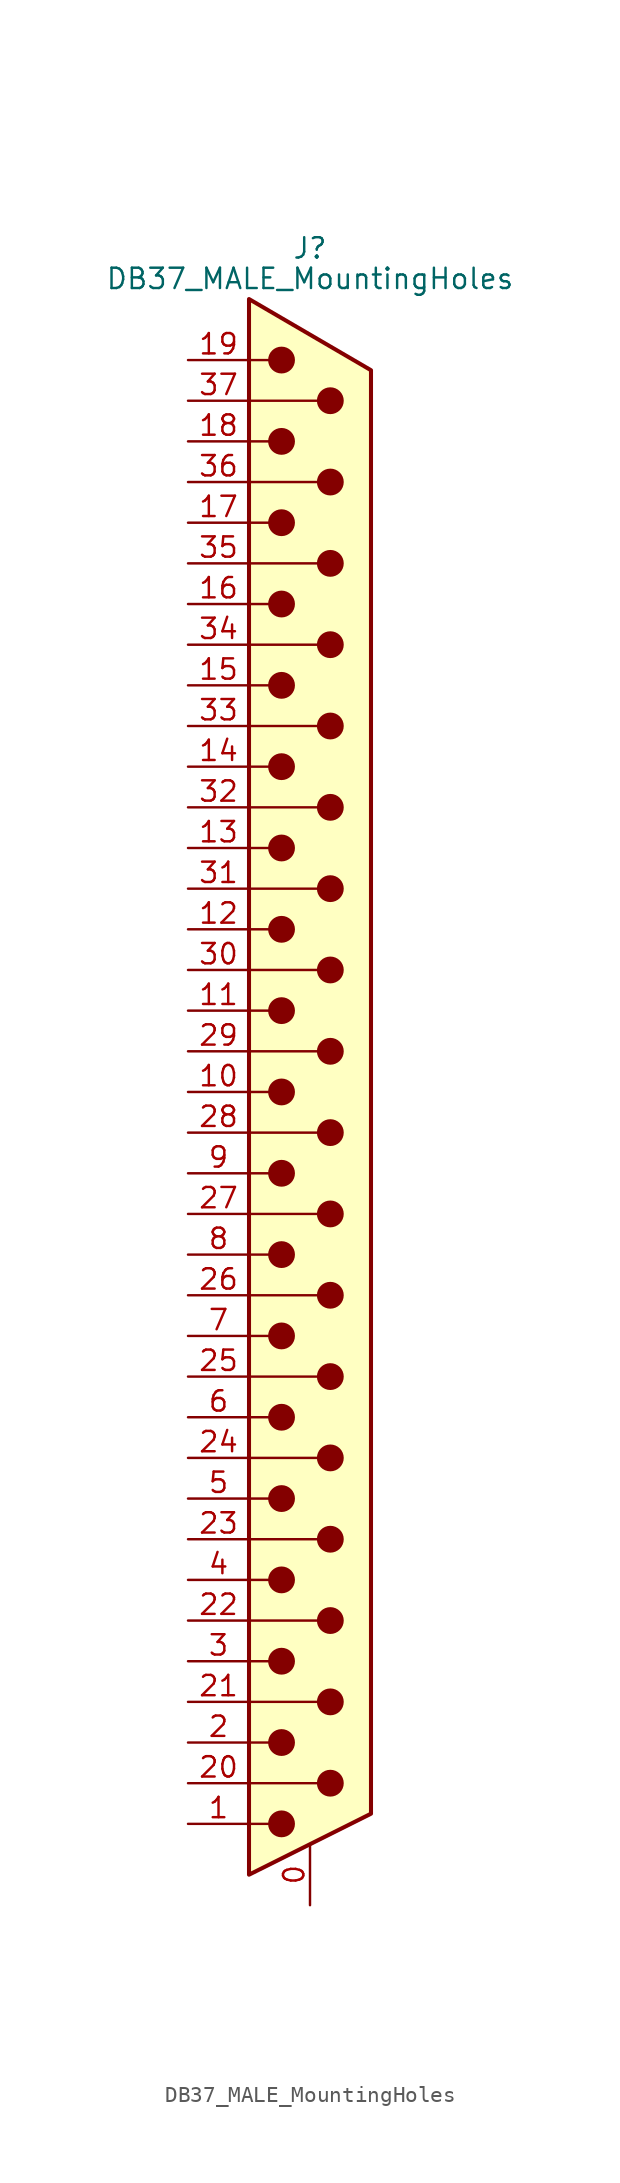
<source format=kicad_sym>
(kicad_symbol_lib
  (version 20211014)
  (generator kicad_symbol_editor)
  (symbol "DB37_MALE_MountingHoles"
    (pin_names
      (offset 1.016) hide)
    (property "Reference" "J"
      (at 0 52.705 0)
      (effects (font (size 1.27 1.27))))
    (property "Value" "DB37_MALE_MountingHoles"
      (at 0 50.8 0)
      (effects (font (size 1.27 1.27))))
    (symbol "DB37_MALE_MountingHoles_0_1"
      (circle (center -1.778 -45.72) (radius 0.762) (stroke (width 0) (type default) (color 0 0 0 0)) (fill (type outline)))
      (circle (center -1.778 -40.64) (radius 0.762) (stroke (width 0) (type default) (color 0 0 0 0)) (fill (type outline)))
      (circle (center -1.778 -35.56) (radius 0.762) (stroke (width 0) (type default) (color 0 0 0 0)) (fill (type outline)))
      (circle (center -1.778 -30.48) (radius 0.762) (stroke (width 0) (type default) (color 0 0 0 0)) (fill (type outline)))
      (circle (center -1.778 -25.4) (radius 0.762) (stroke (width 0) (type default) (color 0 0 0 0)) (fill (type outline)))
      (circle (center -1.778 -20.32) (radius 0.762) (stroke (width 0) (type default) (color 0 0 0 0)) (fill (type outline)))
      (circle (center -1.778 -15.24) (radius 0.762) (stroke (width 0) (type default) (color 0 0 0 0)) (fill (type outline)))
      (circle (center -1.778 -10.16) (radius 0.762) (stroke (width 0) (type default) (color 0 0 0 0)) (fill (type outline)))
      (circle (center -1.778 -5.08) (radius 0.762) (stroke (width 0) (type default) (color 0 0 0 0)) (fill (type outline)))
      (circle (center -1.778 0) (radius 0.762) (stroke (width 0) (type default) (color 0 0 0 0)) (fill (type outline)))
      (circle (center -1.778 5.08) (radius 0.762) (stroke (width 0) (type default) (color 0 0 0 0)) (fill (type outline)))
      (circle (center -1.778 10.16) (radius 0.762) (stroke (width 0) (type default) (color 0 0 0 0)) (fill (type outline)))
      (circle (center -1.778 15.24) (radius 0.762) (stroke (width 0) (type default) (color 0 0 0 0)) (fill (type outline)))
      (circle (center -1.778 20.32) (radius 0.762) (stroke (width 0) (type default) (color 0 0 0 0)) (fill (type outline)))
      (circle (center -1.778 25.4) (radius 0.762) (stroke (width 0) (type default) (color 0 0 0 0)) (fill (type outline)))
      (circle (center -1.778 30.48) (radius 0.762) (stroke (width 0) (type default) (color 0 0 0 0)) (fill (type outline)))
      (circle (center -1.778 35.56) (radius 0.762) (stroke (width 0) (type default) (color 0 0 0 0)) (fill (type outline)))
      (circle (center -1.778 40.64) (radius 0.762) (stroke (width 0) (type default) (color 0 0 0 0)) (fill (type outline)))
      (circle (center -1.778 45.72) (radius 0.762) (stroke (width 0) (type default) (color 0 0 0 0)) (fill (type outline)))
      (polyline (pts (xy -3.81 -45.72) (xy -2.54 -45.72)) (stroke (width 0) (type default) (color 0 0 0 0)) (fill (type none)))
      (polyline (pts (xy -3.81 -43.18) (xy 0.508 -43.18)) (stroke (width 0) (type default) (color 0 0 0 0)) (fill (type none)))
      (polyline (pts (xy -3.81 -40.64) (xy -2.54 -40.64)) (stroke (width 0) (type default) (color 0 0 0 0)) (fill (type none)))
      (polyline (pts (xy -3.81 -38.1) (xy 0.508 -38.1)) (stroke (width 0) (type default) (color 0 0 0 0)) (fill (type none)))
      (polyline (pts (xy -3.81 -35.56) (xy -2.54 -35.56)) (stroke (width 0) (type default) (color 0 0 0 0)) (fill (type none)))
      (polyline (pts (xy -3.81 -33.02) (xy 0.508 -33.02)) (stroke (width 0) (type default) (color 0 0 0 0)) (fill (type none)))
      (polyline (pts (xy -3.81 -30.48) (xy -2.54 -30.48)) (stroke (width 0) (type default) (color 0 0 0 0)) (fill (type none)))
      (polyline (pts (xy -3.81 -27.94) (xy 0.508 -27.94)) (stroke (width 0) (type default) (color 0 0 0 0)) (fill (type none)))
      (polyline (pts (xy -3.81 -25.4) (xy -2.54 -25.4)) (stroke (width 0) (type default) (color 0 0 0 0)) (fill (type none)))
      (polyline (pts (xy -3.81 -22.86) (xy 0.508 -22.86)) (stroke (width 0) (type default) (color 0 0 0 0)) (fill (type none)))
      (polyline (pts (xy -3.81 -20.32) (xy -2.54 -20.32)) (stroke (width 0) (type default) (color 0 0 0 0)) (fill (type none)))
      (polyline (pts (xy -3.81 -17.78) (xy 0.508 -17.78)) (stroke (width 0) (type default) (color 0 0 0 0)) (fill (type none)))
      (polyline (pts (xy -3.81 -15.24) (xy -2.54 -15.24)) (stroke (width 0) (type default) (color 0 0 0 0)) (fill (type none)))
      (polyline (pts (xy -3.81 -12.7) (xy 0.508 -12.7)) (stroke (width 0) (type default) (color 0 0 0 0)) (fill (type none)))
      (polyline (pts (xy -3.81 -10.16) (xy -2.54 -10.16)) (stroke (width 0) (type default) (color 0 0 0 0)) (fill (type none)))
      (polyline (pts (xy -3.81 -7.62) (xy 0.508 -7.62)) (stroke (width 0) (type default) (color 0 0 0 0)) (fill (type none)))
      (polyline (pts (xy -3.81 -5.08) (xy -2.54 -5.08)) (stroke (width 0) (type default) (color 0 0 0 0)) (fill (type none)))
      (polyline (pts (xy -3.81 -2.54) (xy 0.508 -2.54)) (stroke (width 0) (type default) (color 0 0 0 0)) (fill (type none)))
      (polyline (pts (xy -3.81 0) (xy -2.54 0)) (stroke (width 0) (type default) (color 0 0 0 0)) (fill (type none)))
      (polyline (pts (xy -3.81 2.54) (xy 0.508 2.54)) (stroke (width 0) (type default) (color 0 0 0 0)) (fill (type none)))
      (polyline (pts (xy -3.81 5.08) (xy -2.54 5.08)) (stroke (width 0) (type default) (color 0 0 0 0)) (fill (type none)))
      (polyline (pts (xy -3.81 7.62) (xy 0.508 7.62)) (stroke (width 0) (type default) (color 0 0 0 0)) (fill (type none)))
      (polyline (pts (xy -3.81 10.16) (xy -2.54 10.16)) (stroke (width 0) (type default) (color 0 0 0 0)) (fill (type none)))
      (polyline (pts (xy -3.81 12.7) (xy 0.508 12.7)) (stroke (width 0) (type default) (color 0 0 0 0)) (fill (type none)))
      (polyline (pts (xy -3.81 15.24) (xy -2.54 15.24)) (stroke (width 0) (type default) (color 0 0 0 0)) (fill (type none)))
      (polyline (pts (xy -3.81 17.78) (xy 0.508 17.78)) (stroke (width 0) (type default) (color 0 0 0 0)) (fill (type none)))
      (polyline (pts (xy -3.81 20.32) (xy -2.54 20.32)) (stroke (width 0) (type default) (color 0 0 0 0)) (fill (type none)))
      (polyline (pts (xy -3.81 22.86) (xy 0.508 22.86)) (stroke (width 0) (type default) (color 0 0 0 0)) (fill (type none)))
      (polyline (pts (xy -3.81 25.4) (xy -2.54 25.4)) (stroke (width 0) (type default) (color 0 0 0 0)) (fill (type none)))
      (polyline (pts (xy -3.81 27.94) (xy 0.508 27.94)) (stroke (width 0) (type default) (color 0 0 0 0)) (fill (type none)))
      (polyline (pts (xy -3.81 30.48) (xy -2.54 30.48)) (stroke (width 0) (type default) (color 0 0 0 0)) (fill (type none)))
      (polyline (pts (xy -3.81 33.02) (xy 0.508 33.02)) (stroke (width 0) (type default) (color 0 0 0 0)) (fill (type none)))
      (polyline (pts (xy -3.81 35.56) (xy -2.54 35.56)) (stroke (width 0) (type default) (color 0 0 0 0)) (fill (type none)))
      (polyline (pts (xy -3.81 38.1) (xy 0.508 38.1)) (stroke (width 0) (type default) (color 0 0 0 0)) (fill (type none)))
      (polyline (pts (xy -3.81 40.64) (xy -2.54 40.64)) (stroke (width 0) (type default) (color 0 0 0 0)) (fill (type none)))
      (polyline (pts (xy -3.81 43.18) (xy 0.508 43.18)) (stroke (width 0) (type default) (color 0 0 0 0)) (fill (type none)))
      (polyline (pts (xy -3.81 45.72) (xy -2.54 45.72)) (stroke (width 0) (type default) (color 0 0 0 0)) (fill (type none)))
      (polyline (pts (xy -3.81 49.53) (xy 3.81 45.085) (xy 3.81 -45.085) (xy -3.81 -48.895) (xy -3.81 49.53)) (stroke (width 0.254) (type default) (color 0 0 0 0)) (fill (type background)))
      (circle (center 1.27 -43.18) (radius 0.762) (stroke (width 0) (type default) (color 0 0 0 0)) (fill (type outline)))
      (circle (center 1.27 -38.1) (radius 0.762) (stroke (width 0) (type default) (color 0 0 0 0)) (fill (type outline)))
      (circle (center 1.27 -33.02) (radius 0.762) (stroke (width 0) (type default) (color 0 0 0 0)) (fill (type outline)))
      (circle (center 1.27 -27.94) (radius 0.762) (stroke (width 0) (type default) (color 0 0 0 0)) (fill (type outline)))
      (circle (center 1.27 -22.86) (radius 0.762) (stroke (width 0) (type default) (color 0 0 0 0)) (fill (type outline)))
      (circle (center 1.27 -17.78) (radius 0.762) (stroke (width 0) (type default) (color 0 0 0 0)) (fill (type outline)))
      (circle (center 1.27 -12.7) (radius 0.762) (stroke (width 0) (type default) (color 0 0 0 0)) (fill (type outline)))
      (circle (center 1.27 -7.62) (radius 0.762) (stroke (width 0) (type default) (color 0 0 0 0)) (fill (type outline)))
      (circle (center 1.27 -2.54) (radius 0.762) (stroke (width 0) (type default) (color 0 0 0 0)) (fill (type outline)))
      (circle (center 1.27 2.54) (radius 0.762) (stroke (width 0) (type default) (color 0 0 0 0)) (fill (type outline)))
      (circle (center 1.27 7.62) (radius 0.762) (stroke (width 0) (type default) (color 0 0 0 0)) (fill (type outline)))
      (circle (center 1.27 12.7) (radius 0.762) (stroke (width 0) (type default) (color 0 0 0 0)) (fill (type outline)))
      (circle (center 1.27 17.78) (radius 0.762) (stroke (width 0) (type default) (color 0 0 0 0)) (fill (type outline)))
      (circle (center 1.27 22.86) (radius 0.762) (stroke (width 0) (type default) (color 0 0 0 0)) (fill (type outline)))
      (circle (center 1.27 27.94) (radius 0.762) (stroke (width 0) (type default) (color 0 0 0 0)) (fill (type outline)))
      (circle (center 1.27 33.02) (radius 0.762) (stroke (width 0) (type default) (color 0 0 0 0)) (fill (type outline)))
      (circle (center 1.27 38.1) (radius 0.762) (stroke (width 0) (type default) (color 0 0 0 0)) (fill (type outline)))
      (circle (center 1.27 43.18) (radius 0.762) (stroke (width 0) (type default) (color 0 0 0 0)) (fill (type outline))))
    (symbol "DB37_MALE_MountingHoles_1_1"
      (pin passive line (at 0 -50.8 90) (length 3.81) (name "PAD" (effects (font (size 1.27 1.27)))) (number "0" (effects (font (size 1.27 1.27)))))
      (pin passive line (at -7.62 -45.72 0) (length 3.81) (name "1" (effects (font (size 1.27 1.27)))) (number "1" (effects (font (size 1.27 1.27)))))
      (pin passive line (at -7.62 0 0) (length 3.81) (name "10" (effects (font (size 1.27 1.27)))) (number "10" (effects (font (size 1.27 1.27)))))
      (pin passive line (at -7.62 5.08 0) (length 3.81) (name "11" (effects (font (size 1.27 1.27)))) (number "11" (effects (font (size 1.27 1.27)))))
      (pin passive line (at -7.62 10.16 0) (length 3.81) (name "12" (effects (font (size 1.27 1.27)))) (number "12" (effects (font (size 1.27 1.27)))))
      (pin passive line (at -7.62 15.24 0) (length 3.81) (name "13" (effects (font (size 1.27 1.27)))) (number "13" (effects (font (size 1.27 1.27)))))
      (pin passive line (at -7.62 20.32 0) (length 3.81) (name "14" (effects (font (size 1.27 1.27)))) (number "14" (effects (font (size 1.27 1.27)))))
      (pin passive line (at -7.62 25.4 0) (length 3.81) (name "15" (effects (font (size 1.27 1.27)))) (number "15" (effects (font (size 1.27 1.27)))))
      (pin passive line (at -7.62 30.48 0) (length 3.81) (name "16" (effects (font (size 1.27 1.27)))) (number "16" (effects (font (size 1.27 1.27)))))
      (pin passive line (at -7.62 35.56 0) (length 3.81) (name "17" (effects (font (size 1.27 1.27)))) (number "17" (effects (font (size 1.27 1.27)))))
      (pin passive line (at -7.62 40.64 0) (length 3.81) (name "18" (effects (font (size 1.27 1.27)))) (number "18" (effects (font (size 1.27 1.27)))))
      (pin passive line (at -7.62 45.72 0) (length 3.81) (name "19" (effects (font (size 1.27 1.27)))) (number "19" (effects (font (size 1.27 1.27)))))
      (pin passive line (at -7.62 -40.64 0) (length 3.81) (name "2" (effects (font (size 1.27 1.27)))) (number "2" (effects (font (size 1.27 1.27)))))
      (pin passive line (at -7.62 -43.18 0) (length 3.81) (name "20" (effects (font (size 1.27 1.27)))) (number "20" (effects (font (size 1.27 1.27)))))
      (pin passive line (at -7.62 -38.1 0) (length 3.81) (name "21" (effects (font (size 1.27 1.27)))) (number "21" (effects (font (size 1.27 1.27)))))
      (pin passive line (at -7.62 -33.02 0) (length 3.81) (name "22" (effects (font (size 1.27 1.27)))) (number "22" (effects (font (size 1.27 1.27)))))
      (pin passive line (at -7.62 -27.94 0) (length 3.81) (name "23" (effects (font (size 1.27 1.27)))) (number "23" (effects (font (size 1.27 1.27)))))
      (pin passive line (at -7.62 -22.86 0) (length 3.81) (name "24" (effects (font (size 1.27 1.27)))) (number "24" (effects (font (size 1.27 1.27)))))
      (pin passive line (at -7.62 -17.78 0) (length 3.81) (name "25" (effects (font (size 1.27 1.27)))) (number "25" (effects (font (size 1.27 1.27)))))
      (pin passive line (at -7.62 -12.7 0) (length 3.81) (name "26" (effects (font (size 1.27 1.27)))) (number "26" (effects (font (size 1.27 1.27)))))
      (pin passive line (at -7.62 -7.62 0) (length 3.81) (name "27" (effects (font (size 1.27 1.27)))) (number "27" (effects (font (size 1.27 1.27)))))
      (pin passive line (at -7.62 -2.54 0) (length 3.81) (name "28" (effects (font (size 1.27 1.27)))) (number "28" (effects (font (size 1.27 1.27)))))
      (pin passive line (at -7.62 2.54 0) (length 3.81) (name "29" (effects (font (size 1.27 1.27)))) (number "29" (effects (font (size 1.27 1.27)))))
      (pin passive line (at -7.62 -35.56 0) (length 3.81) (name "3" (effects (font (size 1.27 1.27)))) (number "3" (effects (font (size 1.27 1.27)))))
      (pin passive line (at -7.62 7.62 0) (length 3.81) (name "30" (effects (font (size 1.27 1.27)))) (number "30" (effects (font (size 1.27 1.27)))))
      (pin passive line (at -7.62 12.7 0) (length 3.81) (name "31" (effects (font (size 1.27 1.27)))) (number "31" (effects (font (size 1.27 1.27)))))
      (pin passive line (at -7.62 17.78 0) (length 3.81) (name "32" (effects (font (size 1.27 1.27)))) (number "32" (effects (font (size 1.27 1.27)))))
      (pin passive line (at -7.62 22.86 0) (length 3.81) (name "33" (effects (font (size 1.27 1.27)))) (number "33" (effects (font (size 1.27 1.27)))))
      (pin passive line (at -7.62 27.94 0) (length 3.81) (name "34" (effects (font (size 1.27 1.27)))) (number "34" (effects (font (size 1.27 1.27)))))
      (pin passive line (at -7.62 33.02 0) (length 3.81) (name "35" (effects (font (size 1.27 1.27)))) (number "35" (effects (font (size 1.27 1.27)))))
      (pin passive line (at -7.62 38.1 0) (length 3.81) (name "36" (effects (font (size 1.27 1.27)))) (number "36" (effects (font (size 1.27 1.27)))))
      (pin passive line (at -7.62 43.18 0) (length 3.81) (name "37" (effects (font (size 1.27 1.27)))) (number "37" (effects (font (size 1.27 1.27)))))
      (pin passive line (at -7.62 -30.48 0) (length 3.81) (name "4" (effects (font (size 1.27 1.27)))) (number "4" (effects (font (size 1.27 1.27)))))
      (pin passive line (at -7.62 -25.4 0) (length 3.81) (name "5" (effects (font (size 1.27 1.27)))) (number "5" (effects (font (size 1.27 1.27)))))
      (pin passive line (at -7.62 -20.32 0) (length 3.81) (name "6" (effects (font (size 1.27 1.27)))) (number "6" (effects (font (size 1.27 1.27)))))
      (pin passive line (at -7.62 -15.24 0) (length 3.81) (name "7" (effects (font (size 1.27 1.27)))) (number "7" (effects (font (size 1.27 1.27)))))
      (pin passive line (at -7.62 -10.16 0) (length 3.81) (name "8" (effects (font (size 1.27 1.27)))) (number "8" (effects (font (size 1.27 1.27)))))
      (pin passive line (at -7.62 -5.08 0) (length 3.81) (name "9" (effects (font (size 1.27 1.27)))) (number "9" (effects (font (size 1.27 1.27))))))))
</source>
